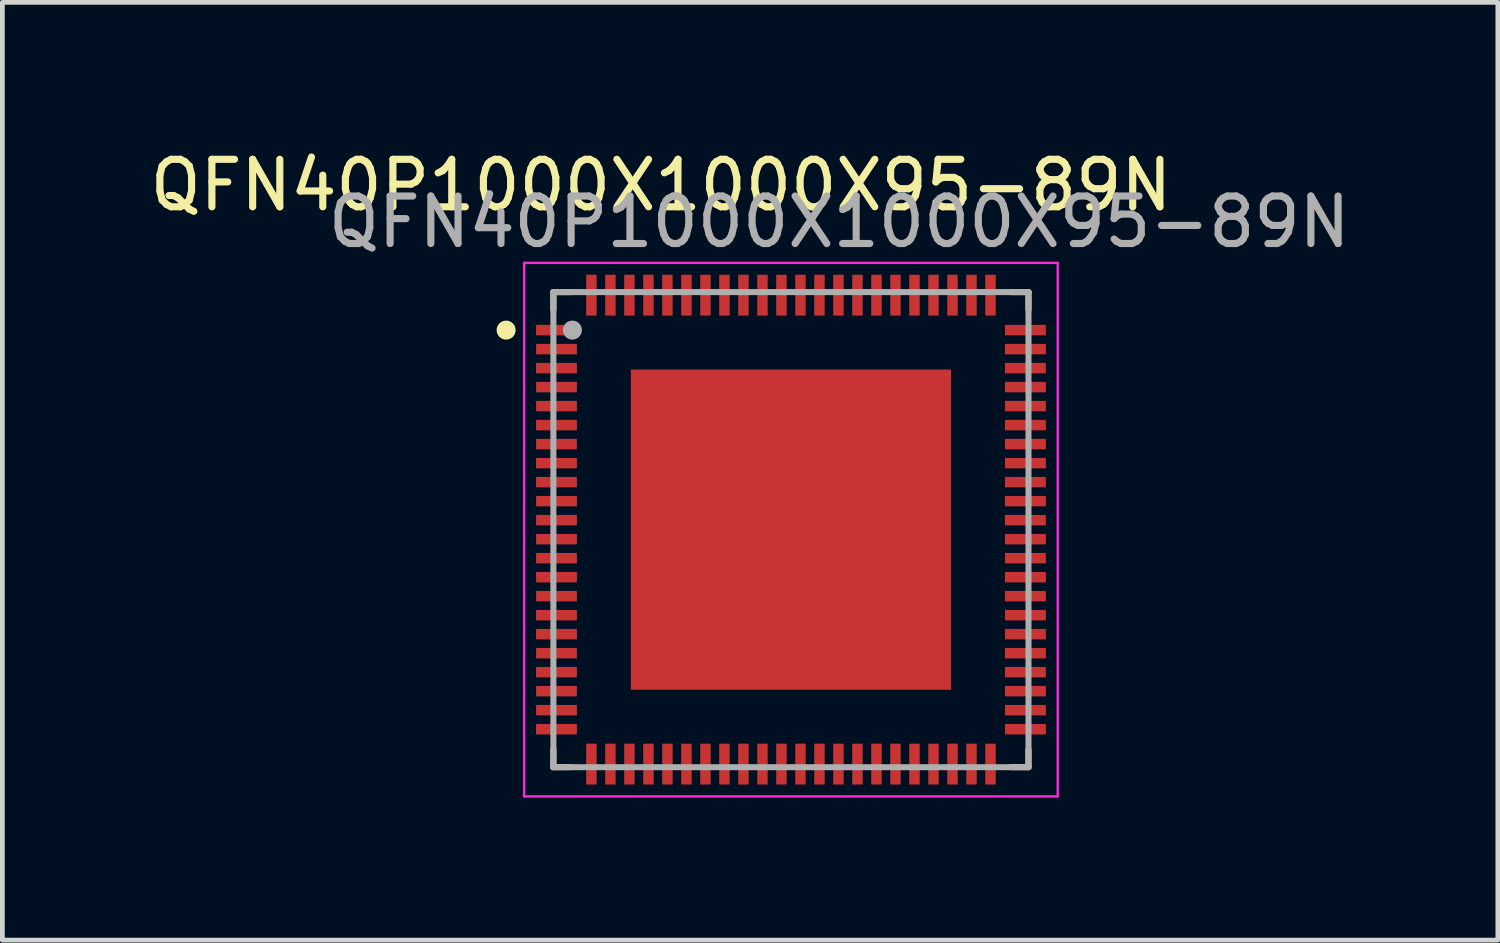
<source format=kicad_pcb>
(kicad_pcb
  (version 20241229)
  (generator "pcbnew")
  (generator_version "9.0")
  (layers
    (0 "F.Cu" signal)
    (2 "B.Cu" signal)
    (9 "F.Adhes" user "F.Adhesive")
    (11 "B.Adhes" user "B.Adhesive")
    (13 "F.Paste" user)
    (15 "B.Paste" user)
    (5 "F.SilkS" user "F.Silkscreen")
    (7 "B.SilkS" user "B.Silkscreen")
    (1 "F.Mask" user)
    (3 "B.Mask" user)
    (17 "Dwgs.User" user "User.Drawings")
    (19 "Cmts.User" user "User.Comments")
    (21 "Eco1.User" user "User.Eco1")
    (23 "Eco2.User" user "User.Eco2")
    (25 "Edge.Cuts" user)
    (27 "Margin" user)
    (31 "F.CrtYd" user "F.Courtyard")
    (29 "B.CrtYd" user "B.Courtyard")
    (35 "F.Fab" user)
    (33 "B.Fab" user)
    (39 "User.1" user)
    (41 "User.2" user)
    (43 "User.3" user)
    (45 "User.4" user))
  (footprint "QFN40P1000X1000X95-89N"
    (layer "F.Cu")
    (at 13.598 8.098)
    (property "Reference" "QFN40P1000X1000X95-89N" (at -2.735 -7.25 0) (layer "F.SilkS") (effects (font (size 1 1) (thickness 0.15))))
    (attr smd)
    (fp_line (start -5 -5) (end -5 -4.63) (stroke (width 0.127) (type solid)) (layer "F.SilkS"))
    (fp_line (start -5 -5) (end -4.63 -5) (stroke (width 0.127) (type solid)) (layer "F.SilkS"))
    (fp_line (start -5 5) (end -5 4.63) (stroke (width 0.127) (type solid)) (layer "F.SilkS"))
    (fp_line (start -5 5) (end -4.63 5) (stroke (width 0.127) (type solid)) (layer "F.SilkS"))
    (fp_line (start 5 -5) (end 4.63 -5) (stroke (width 0.127) (type solid)) (layer "F.SilkS"))
    (fp_line (start 5 -5) (end 5 -4.63) (stroke (width 0.127) (type solid)) (layer "F.SilkS"))
    (fp_line (start 5 5) (end 4.63 5) (stroke (width 0.127) (type solid)) (layer "F.SilkS"))
    (fp_line (start 5 5) (end 5 4.63) (stroke (width 0.127) (type solid)) (layer "F.SilkS"))
    (fp_circle (center -5.995 -4.2) (end -5.895 -4.2) (stroke (width 0.2) (type solid)) (fill no) (layer "F.SilkS"))
    (fp_poly (pts (xy -2.96 -2.96) (xy -1.54 -2.96) (xy -1.54 -1.54) (xy -2.96 -1.54)) (stroke (width 0.01) (type solid)) (fill yes) (layer "F.Paste"))
    (fp_poly (pts (xy -2.96 -0.71) (xy -1.54 -0.71) (xy -1.54 0.71) (xy -2.96 0.71)) (stroke (width 0.01) (type solid)) (fill yes) (layer "F.Paste"))
    (fp_poly (pts (xy -2.96 1.54) (xy -1.54 1.54) (xy -1.54 2.96) (xy -2.96 2.96)) (stroke (width 0.01) (type solid)) (fill yes) (layer "F.Paste"))
    (fp_poly (pts (xy -0.71 -2.96) (xy 0.71 -2.96) (xy 0.71 -1.54) (xy -0.71 -1.54)) (stroke (width 0.01) (type solid)) (fill yes) (layer "F.Paste"))
    (fp_poly (pts (xy -0.71 -0.71) (xy 0.71 -0.71) (xy 0.71 0.71) (xy -0.71 0.71)) (stroke (width 0.01) (type solid)) (fill yes) (layer "F.Paste"))
    (fp_poly (pts (xy -0.71 1.54) (xy 0.71 1.54) (xy 0.71 2.96) (xy -0.71 2.96)) (stroke (width 0.01) (type solid)) (fill yes) (layer "F.Paste"))
    (fp_poly (pts (xy 1.54 -2.96) (xy 2.96 -2.96) (xy 2.96 -1.54) (xy 1.54 -1.54)) (stroke (width 0.01) (type solid)) (fill yes) (layer "F.Paste"))
    (fp_poly (pts (xy 1.54 -0.71) (xy 2.96 -0.71) (xy 2.96 0.71) (xy 1.54 0.71)) (stroke (width 0.01) (type solid)) (fill yes) (layer "F.Paste"))
    (fp_poly (pts (xy 1.54 1.54) (xy 2.96 1.54) (xy 2.96 2.96) (xy 1.54 2.96)) (stroke (width 0.01) (type solid)) (fill yes) (layer "F.Paste"))
    (fp_line (start -5.615 -5.615) (end 5.615 -5.615) (stroke (width 0.05) (type solid)) (layer "F.CrtYd"))
    (fp_line (start -5.615 5.615) (end -5.615 -5.615) (stroke (width 0.05) (type solid)) (layer "F.CrtYd"))
    (fp_line (start -5.615 5.615) (end 5.615 5.615) (stroke (width 0.05) (type solid)) (layer "F.CrtYd"))
    (fp_line (start 5.615 5.615) (end 5.615 -5.615) (stroke (width 0.05) (type solid)) (layer "F.CrtYd"))
    (fp_line (start -5 5) (end -5 -5) (stroke (width 0.127) (type solid)) (layer "F.Fab"))
    (fp_line (start 5 -5) (end -5 -5) (stroke (width 0.127) (type solid)) (layer "F.Fab"))
    (fp_line (start 5 5) (end -5 5) (stroke (width 0.127) (type solid)) (layer "F.Fab"))
    (fp_line (start 5 5) (end 5 -5) (stroke (width 0.127) (type solid)) (layer "F.Fab"))
    (fp_circle (center -4.6 -4.2) (end -4.5 -4.2) (stroke (width 0.2) (type solid)) (fill no) (layer "F.Fab"))
    (fp_text user "${REFERENCE}" (at 1.016 -6.477 0) (unlocked yes) (layer "F.Fab") (effects (font (size 1 1) (thickness 0.15))))
    (pad "1" smd roundrect (at -4.935 -4.2) (size 0.86 0.22) (layers "F.Cu" "F.Mask" "F.Paste") (roundrect_rratio 0.03))
    (pad "2" smd roundrect (at -4.935 -3.8) (size 0.86 0.22) (layers "F.Cu" "F.Mask" "F.Paste") (roundrect_rratio 0.03))
    (pad "3" smd roundrect (at -4.935 -3.4) (size 0.86 0.22) (layers "F.Cu" "F.Mask" "F.Paste") (roundrect_rratio 0.03))
    (pad "4" smd roundrect (at -4.935 -3) (size 0.86 0.22) (layers "F.Cu" "F.Mask" "F.Paste") (roundrect_rratio 0.03))
    (pad "5" smd roundrect (at -4.935 -2.6) (size 0.86 0.22) (layers "F.Cu" "F.Mask" "F.Paste") (roundrect_rratio 0.03))
    (pad "6" smd roundrect (at -4.935 -2.2) (size 0.86 0.22) (layers "F.Cu" "F.Mask" "F.Paste") (roundrect_rratio 0.03))
    (pad "7" smd roundrect (at -4.935 -1.8) (size 0.86 0.22) (layers "F.Cu" "F.Mask" "F.Paste") (roundrect_rratio 0.03))
    (pad "8" smd roundrect (at -4.935 -1.4) (size 0.86 0.22) (layers "F.Cu" "F.Mask" "F.Paste") (roundrect_rratio 0.03))
    (pad "9" smd roundrect (at -4.935 -1) (size 0.86 0.22) (layers "F.Cu" "F.Mask" "F.Paste") (roundrect_rratio 0.03))
    (pad "10" smd roundrect (at -4.935 -0.6) (size 0.86 0.22) (layers "F.Cu" "F.Mask" "F.Paste") (roundrect_rratio 0.03))
    (pad "11" smd roundrect (at -4.935 -0.2) (size 0.86 0.22) (layers "F.Cu" "F.Mask" "F.Paste") (roundrect_rratio 0.03))
    (pad "12" smd roundrect (at -4.935 0.2) (size 0.86 0.22) (layers "F.Cu" "F.Mask" "F.Paste") (roundrect_rratio 0.03))
    (pad "13" smd roundrect (at -4.935 0.6) (size 0.86 0.22) (layers "F.Cu" "F.Mask" "F.Paste") (roundrect_rratio 0.03))
    (pad "14" smd roundrect (at -4.935 1) (size 0.86 0.22) (layers "F.Cu" "F.Mask" "F.Paste") (roundrect_rratio 0.03))
    (pad "15" smd roundrect (at -4.935 1.4) (size 0.86 0.22) (layers "F.Cu" "F.Mask" "F.Paste") (roundrect_rratio 0.03))
    (pad "16" smd roundrect (at -4.935 1.8) (size 0.86 0.22) (layers "F.Cu" "F.Mask" "F.Paste") (roundrect_rratio 0.03))
    (pad "17" smd roundrect (at -4.935 2.2) (size 0.86 0.22) (layers "F.Cu" "F.Mask" "F.Paste") (roundrect_rratio 0.03))
    (pad "18" smd roundrect (at -4.935 2.6) (size 0.86 0.22) (layers "F.Cu" "F.Mask" "F.Paste") (roundrect_rratio 0.03))
    (pad "19" smd roundrect (at -4.935 3) (size 0.86 0.22) (layers "F.Cu" "F.Mask" "F.Paste") (roundrect_rratio 0.03))
    (pad "20" smd roundrect (at -4.935 3.4) (size 0.86 0.22) (layers "F.Cu" "F.Mask" "F.Paste") (roundrect_rratio 0.03))
    (pad "21" smd roundrect (at -4.935 3.8) (size 0.86 0.22) (layers "F.Cu" "F.Mask" "F.Paste") (roundrect_rratio 0.03))
    (pad "22" smd roundrect (at -4.935 4.2) (size 0.86 0.22) (layers "F.Cu" "F.Mask" "F.Paste") (roundrect_rratio 0.03))
    (pad "23" smd roundrect (at -4.2 4.935 90) (size 0.86 0.22) (layers "F.Cu" "F.Mask" "F.Paste") (roundrect_rratio 0.03))
    (pad "24" smd roundrect (at -3.8 4.935 90) (size 0.86 0.22) (layers "F.Cu" "F.Mask" "F.Paste") (roundrect_rratio 0.03))
    (pad "25" smd roundrect (at -3.4 4.935 90) (size 0.86 0.22) (layers "F.Cu" "F.Mask" "F.Paste") (roundrect_rratio 0.03))
    (pad "26" smd roundrect (at -3 4.935 90) (size 0.86 0.22) (layers "F.Cu" "F.Mask" "F.Paste") (roundrect_rratio 0.03))
    (pad "27" smd roundrect (at -2.6 4.935 90) (size 0.86 0.22) (layers "F.Cu" "F.Mask" "F.Paste") (roundrect_rratio 0.03))
    (pad "28" smd roundrect (at -2.2 4.935 90) (size 0.86 0.22) (layers "F.Cu" "F.Mask" "F.Paste") (roundrect_rratio 0.03))
    (pad "29" smd roundrect (at -1.8 4.935 90) (size 0.86 0.22) (layers "F.Cu" "F.Mask" "F.Paste") (roundrect_rratio 0.03))
    (pad "30" smd roundrect (at -1.4 4.935 90) (size 0.86 0.22) (layers "F.Cu" "F.Mask" "F.Paste") (roundrect_rratio 0.03))
    (pad "31" smd roundrect (at -1 4.935 90) (size 0.86 0.22) (layers "F.Cu" "F.Mask" "F.Paste") (roundrect_rratio 0.03))
    (pad "32" smd roundrect (at -0.6 4.935 90) (size 0.86 0.22) (layers "F.Cu" "F.Mask" "F.Paste") (roundrect_rratio 0.03))
    (pad "33" smd roundrect (at -0.2 4.935 90) (size 0.86 0.22) (layers "F.Cu" "F.Mask" "F.Paste") (roundrect_rratio 0.03))
    (pad "34" smd roundrect (at 0.2 4.935 90) (size 0.86 0.22) (layers "F.Cu" "F.Mask" "F.Paste") (roundrect_rratio 0.03))
    (pad "35" smd roundrect (at 0.6 4.935 90) (size 0.86 0.22) (layers "F.Cu" "F.Mask" "F.Paste") (roundrect_rratio 0.03))
    (pad "36" smd roundrect (at 1 4.935 90) (size 0.86 0.22) (layers "F.Cu" "F.Mask" "F.Paste") (roundrect_rratio 0.03))
    (pad "37" smd roundrect (at 1.4 4.935 90) (size 0.86 0.22) (layers "F.Cu" "F.Mask" "F.Paste") (roundrect_rratio 0.03))
    (pad "38" smd roundrect (at 1.8 4.935 90) (size 0.86 0.22) (layers "F.Cu" "F.Mask" "F.Paste") (roundrect_rratio 0.03))
    (pad "39" smd roundrect (at 2.2 4.935 90) (size 0.86 0.22) (layers "F.Cu" "F.Mask" "F.Paste") (roundrect_rratio 0.03))
    (pad "40" smd roundrect (at 2.6 4.935 90) (size 0.86 0.22) (layers "F.Cu" "F.Mask" "F.Paste") (roundrect_rratio 0.03))
    (pad "41" smd roundrect (at 3 4.935 90) (size 0.86 0.22) (layers "F.Cu" "F.Mask" "F.Paste") (roundrect_rratio 0.03))
    (pad "42" smd roundrect (at 3.4 4.935 90) (size 0.86 0.22) (layers "F.Cu" "F.Mask" "F.Paste") (roundrect_rratio 0.03))
    (pad "43" smd roundrect (at 3.8 4.935 90) (size 0.86 0.22) (layers "F.Cu" "F.Mask" "F.Paste") (roundrect_rratio 0.03))
    (pad "44" smd roundrect (at 4.2 4.935 90) (size 0.86 0.22) (layers "F.Cu" "F.Mask" "F.Paste") (roundrect_rratio 0.03))
    (pad "45" smd roundrect (at 4.935 4.2) (size 0.86 0.22) (layers "F.Cu" "F.Mask" "F.Paste") (roundrect_rratio 0.03))
    (pad "46" smd roundrect (at 4.935 3.8) (size 0.86 0.22) (layers "F.Cu" "F.Mask" "F.Paste") (roundrect_rratio 0.03))
    (pad "47" smd roundrect (at 4.935 3.4) (size 0.86 0.22) (layers "F.Cu" "F.Mask" "F.Paste") (roundrect_rratio 0.03))
    (pad "48" smd roundrect (at 4.935 3) (size 0.86 0.22) (layers "F.Cu" "F.Mask" "F.Paste") (roundrect_rratio 0.03))
    (pad "49" smd roundrect (at 4.935 2.6) (size 0.86 0.22) (layers "F.Cu" "F.Mask" "F.Paste") (roundrect_rratio 0.03))
    (pad "50" smd roundrect (at 4.935 2.2) (size 0.86 0.22) (layers "F.Cu" "F.Mask" "F.Paste") (roundrect_rratio 0.03))
    (pad "51" smd roundrect (at 4.935 1.8) (size 0.86 0.22) (layers "F.Cu" "F.Mask" "F.Paste") (roundrect_rratio 0.03))
    (pad "52" smd roundrect (at 4.935 1.4) (size 0.86 0.22) (layers "F.Cu" "F.Mask" "F.Paste") (roundrect_rratio 0.03))
    (pad "53" smd roundrect (at 4.935 1) (size 0.86 0.22) (layers "F.Cu" "F.Mask" "F.Paste") (roundrect_rratio 0.03))
    (pad "54" smd roundrect (at 4.935 0.6) (size 0.86 0.22) (layers "F.Cu" "F.Mask" "F.Paste") (roundrect_rratio 0.03))
    (pad "55" smd roundrect (at 4.935 0.2) (size 0.86 0.22) (layers "F.Cu" "F.Mask" "F.Paste") (roundrect_rratio 0.03))
    (pad "56" smd roundrect (at 4.935 -0.2) (size 0.86 0.22) (layers "F.Cu" "F.Mask" "F.Paste") (roundrect_rratio 0.03))
    (pad "57" smd roundrect (at 4.935 -0.6) (size 0.86 0.22) (layers "F.Cu" "F.Mask" "F.Paste") (roundrect_rratio 0.03))
    (pad "58" smd roundrect (at 4.935 -1) (size 0.86 0.22) (layers "F.Cu" "F.Mask" "F.Paste") (roundrect_rratio 0.03))
    (pad "59" smd roundrect (at 4.935 -1.4) (size 0.86 0.22) (layers "F.Cu" "F.Mask" "F.Paste") (roundrect_rratio 0.03))
    (pad "60" smd roundrect (at 4.935 -1.8) (size 0.86 0.22) (layers "F.Cu" "F.Mask" "F.Paste") (roundrect_rratio 0.03))
    (pad "61" smd roundrect (at 4.935 -2.2) (size 0.86 0.22) (layers "F.Cu" "F.Mask" "F.Paste") (roundrect_rratio 0.03))
    (pad "62" smd roundrect (at 4.935 -2.6) (size 0.86 0.22) (layers "F.Cu" "F.Mask" "F.Paste") (roundrect_rratio 0.03))
    (pad "63" smd roundrect (at 4.935 -3) (size 0.86 0.22) (layers "F.Cu" "F.Mask" "F.Paste") (roundrect_rratio 0.03))
    (pad "64" smd roundrect (at 4.935 -3.4) (size 0.86 0.22) (layers "F.Cu" "F.Mask" "F.Paste") (roundrect_rratio 0.03))
    (pad "65" smd roundrect (at 4.935 -3.8) (size 0.86 0.22) (layers "F.Cu" "F.Mask" "F.Paste") (roundrect_rratio 0.03))
    (pad "66" smd roundrect (at 4.935 -4.2) (size 0.86 0.22) (layers "F.Cu" "F.Mask" "F.Paste") (roundrect_rratio 0.03))
    (pad "67" smd roundrect (at 4.2 -4.935 90) (size 0.86 0.22) (layers "F.Cu" "F.Mask" "F.Paste") (roundrect_rratio 0.03))
    (pad "68" smd roundrect (at 3.8 -4.935 90) (size 0.86 0.22) (layers "F.Cu" "F.Mask" "F.Paste") (roundrect_rratio 0.03))
    (pad "69" smd roundrect (at 3.4 -4.935 90) (size 0.86 0.22) (layers "F.Cu" "F.Mask" "F.Paste") (roundrect_rratio 0.03))
    (pad "70" smd roundrect (at 3 -4.935 90) (size 0.86 0.22) (layers "F.Cu" "F.Mask" "F.Paste") (roundrect_rratio 0.03))
    (pad "71" smd roundrect (at 2.6 -4.935 90) (size 0.86 0.22) (layers "F.Cu" "F.Mask" "F.Paste") (roundrect_rratio 0.03))
    (pad "72" smd roundrect (at 2.2 -4.935 90) (size 0.86 0.22) (layers "F.Cu" "F.Mask" "F.Paste") (roundrect_rratio 0.03))
    (pad "73" smd roundrect (at 1.8 -4.935 90) (size 0.86 0.22) (layers "F.Cu" "F.Mask" "F.Paste") (roundrect_rratio 0.03))
    (pad "74" smd roundrect (at 1.4 -4.935 90) (size 0.86 0.22) (layers "F.Cu" "F.Mask" "F.Paste") (roundrect_rratio 0.03))
    (pad "75" smd roundrect (at 1 -4.935 90) (size 0.86 0.22) (layers "F.Cu" "F.Mask" "F.Paste") (roundrect_rratio 0.03))
    (pad "76" smd roundrect (at 0.6 -4.935 90) (size 0.86 0.22) (layers "F.Cu" "F.Mask" "F.Paste") (roundrect_rratio 0.03))
    (pad "77" smd roundrect (at 0.2 -4.935 90) (size 0.86 0.22) (layers "F.Cu" "F.Mask" "F.Paste") (roundrect_rratio 0.03))
    (pad "78" smd roundrect (at -0.2 -4.935 90) (size 0.86 0.22) (layers "F.Cu" "F.Mask" "F.Paste") (roundrect_rratio 0.03))
    (pad "79" smd roundrect (at -0.6 -4.935 90) (size 0.86 0.22) (layers "F.Cu" "F.Mask" "F.Paste") (roundrect_rratio 0.03))
    (pad "80" smd roundrect (at -1 -4.935 90) (size 0.86 0.22) (layers "F.Cu" "F.Mask" "F.Paste") (roundrect_rratio 0.03))
    (pad "81" smd roundrect (at -1.4 -4.935 90) (size 0.86 0.22) (layers "F.Cu" "F.Mask" "F.Paste") (roundrect_rratio 0.03))
    (pad "82" smd roundrect (at -1.8 -4.935 90) (size 0.86 0.22) (layers "F.Cu" "F.Mask" "F.Paste") (roundrect_rratio 0.03))
    (pad "83" smd roundrect (at -2.2 -4.935 90) (size 0.86 0.22) (layers "F.Cu" "F.Mask" "F.Paste") (roundrect_rratio 0.03))
    (pad "84" smd roundrect (at -2.6 -4.935 90) (size 0.86 0.22) (layers "F.Cu" "F.Mask" "F.Paste") (roundrect_rratio 0.03))
    (pad "85" smd roundrect (at -3 -4.935 90) (size 0.86 0.22) (layers "F.Cu" "F.Mask" "F.Paste") (roundrect_rratio 0.03))
    (pad "86" smd roundrect (at -3.4 -4.935 90) (size 0.86 0.22) (layers "F.Cu" "F.Mask" "F.Paste") (roundrect_rratio 0.03))
    (pad "87" smd roundrect (at -3.8 -4.935 90) (size 0.86 0.22) (layers "F.Cu" "F.Mask" "F.Paste") (roundrect_rratio 0.03))
    (pad "88" smd roundrect (at -4.2 -4.935 90) (size 0.86 0.22) (layers "F.Cu" "F.Mask" "F.Paste") (roundrect_rratio 0.03))
    (pad "89" smd rect (at 0 0) (size 6.74 6.74) (layers "F.Cu" "F.Mask")))
  (gr_rect
    (start -3 -3)
    (end 28.477 16.738)
    (stroke (width 0.1) (type default))
    (fill no)
    (layer "Edge.Cuts")))
</source>
